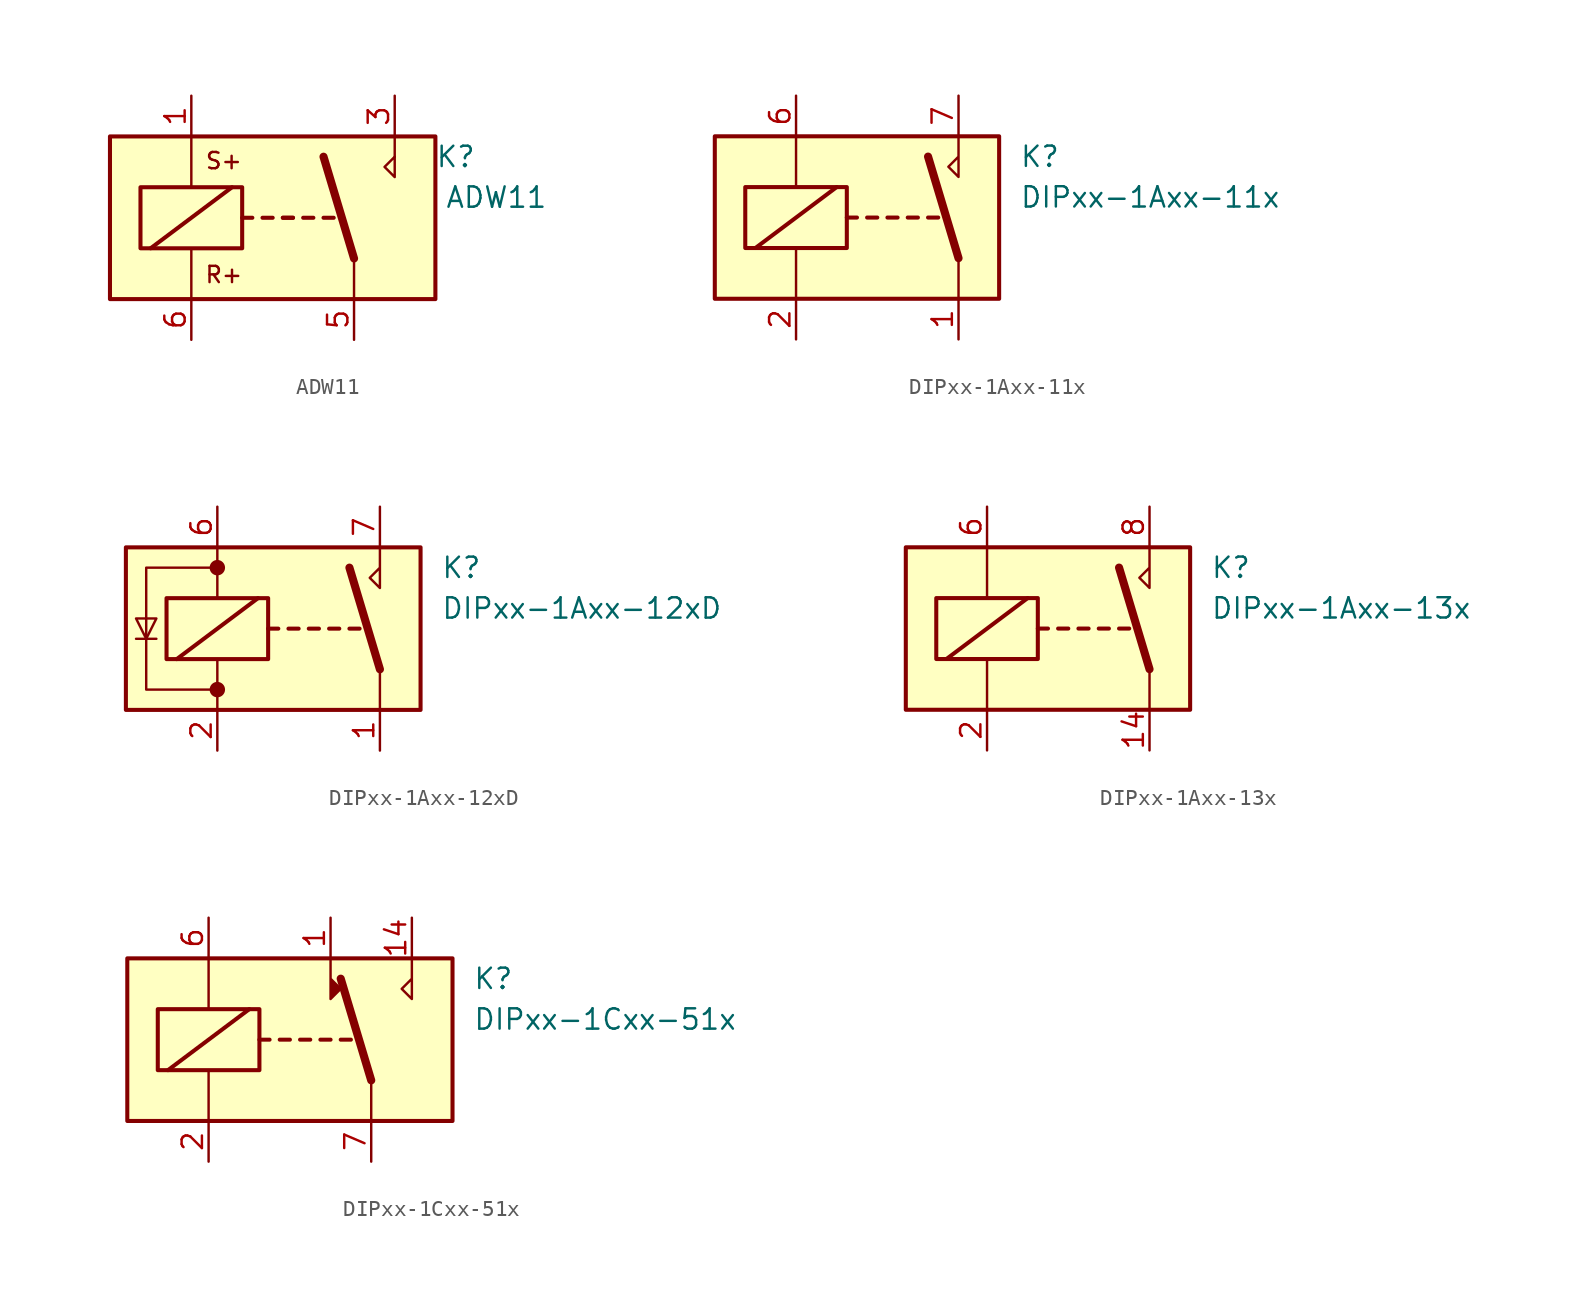
<source format=kicad_sym>
(kicad_symbol_lib
  (version 20201005)
  (generator kicad_symbol_editor)
  (symbol "Relay:ADW11"
    (property "Reference" "K"
      (at 11.43 3.81 0)
      (effects (font (size 1.27 1.27))))
    (property "Value" "ADW11"
      (at 13.97 1.27 0)
      (effects (font (size 1.27 1.27))))
    (symbol "ADW11_1_1"
      (text "R+" (at -3.048 -3.556 0) (effects (font (size 1.016 1.016))))
      (text "S+" (at -3.048 3.556 0) (effects (font (size 1.016 1.016))))
      (rectangle (start -10.16 5.08) (end 10.16 -5.08) (stroke (width 0.254)) (fill (type background)))
      (rectangle (start -8.255 1.905) (end -1.905 -1.905) (stroke (width 0.254)) (fill (type none)))
      (polyline (pts (xy -7.62 -1.905) (xy -2.54 1.905)) (stroke (width 0.254)) (fill (type none)))
      (polyline (pts (xy -5.08 -5.08) (xy -5.08 -1.905)) (stroke (width 0)) (fill (type none)))
      (polyline (pts (xy -5.08 5.08) (xy -5.08 1.905)) (stroke (width 0)) (fill (type none)))
      (polyline (pts (xy -1.905 0) (xy -1.27 0)) (stroke (width 0.254)) (fill (type none)))
      (polyline (pts (xy -0.635 0) (xy 0 0)) (stroke (width 0.254)) (fill (type none)))
      (polyline (pts (xy 0.635 0) (xy 1.27 0)) (stroke (width 0.254)) (fill (type none)))
      (polyline (pts (xy 0.635 0) (xy 1.27 0)) (stroke (width 0.254)) (fill (type none)))
      (polyline (pts (xy 1.905 0) (xy 2.54 0)) (stroke (width 0.254)) (fill (type none)))
      (polyline (pts (xy 3.175 0) (xy 3.81 0)) (stroke (width 0.254)) (fill (type none)))
      (polyline (pts (xy 5.08 -2.54) (xy 3.175 3.81)) (stroke (width 0.508)) (fill (type none)))
      (polyline (pts (xy 5.08 -2.54) (xy 5.08 -5.08)) (stroke (width 0)) (fill (type none)))
      (polyline (pts (xy 7.62 3.81) (xy 7.62 5.08)) (stroke (width 0)) (fill (type none)))
      (polyline (pts (xy 7.62 3.81) (xy 7.62 2.54) (xy 6.985 3.175) (xy 7.62 3.81)) (stroke (width 0)) (fill (type none)))
      (pin passive line (at -5.08 7.62 270) (length 2.54) (name "~" (effects (font (size 1.27 1.27)))) (number "1" (effects (font (size 1.27 1.27)))))
      (pin passive line (at 7.62 7.62 270) (length 2.54) (name "~" (effects (font (size 1.27 1.27)))) (number "3" (effects (font (size 1.27 1.27)))))
      (pin passive line (at 5.08 -7.62 90) (length 2.54) (name "~" (effects (font (size 1.27 1.27)))) (number "5" (effects (font (size 1.27 1.27)))))
      (pin passive line (at -5.08 -7.62 90) (length 2.54) (name "~" (effects (font (size 1.27 1.27)))) (number "6" (effects (font (size 1.27 1.27)))))))
  (symbol "Relay:DIPxx-1Axx-11x"
    (property "Reference" "K"
      (at 8.89 3.81 0)
      (effects (font (size 1.27 1.27)) (justify left)))
    (property "Value" "DIPxx-1Axx-11x"
      (at 8.89 1.27 0)
      (effects (font (size 1.27 1.27)) (justify left)))
    (symbol "DIPxx-1Axx-11x_0_0"
      (polyline (pts (xy 5.08 5.08) (xy 5.08 2.54) (xy 4.445 3.175) (xy 5.08 3.81)) (stroke (width 0)) (fill (type none))))
    (symbol "DIPxx-1Axx-11x_0_1"
      (rectangle (start -10.16 5.08) (end 7.62 -5.08) (stroke (width 0.254)) (fill (type background)))
      (rectangle (start -8.255 1.905) (end -1.905 -1.905) (stroke (width 0.254)) (fill (type none)))
      (polyline (pts (xy -7.62 -1.905) (xy -2.54 1.905)) (stroke (width 0.254)) (fill (type none)))
      (polyline (pts (xy -5.08 -5.08) (xy -5.08 -1.905)) (stroke (width 0)) (fill (type none)))
      (polyline (pts (xy -5.08 5.08) (xy -5.08 1.905)) (stroke (width 0)) (fill (type none)))
      (polyline (pts (xy -1.905 0) (xy -1.27 0)) (stroke (width 0.254)) (fill (type none)))
      (polyline (pts (xy -0.635 0) (xy 0 0)) (stroke (width 0.254)) (fill (type none)))
      (polyline (pts (xy 0.635 0) (xy 1.27 0)) (stroke (width 0.254)) (fill (type none)))
      (polyline (pts (xy 1.905 0) (xy 2.54 0)) (stroke (width 0.254)) (fill (type none)))
      (polyline (pts (xy 3.175 0) (xy 3.81 0)) (stroke (width 0.254)) (fill (type none)))
      (polyline (pts (xy 5.08 -2.54) (xy 3.175 3.81)) (stroke (width 0.508)) (fill (type none)))
      (polyline (pts (xy 5.08 -2.54) (xy 5.08 -5.08)) (stroke (width 0)) (fill (type none))))
    (symbol "DIPxx-1Axx-11x_1_1"
      (pin passive line (at 5.08 -7.62 90) (length 2.54) (name "~" (effects (font (size 1.27 1.27)))) (number "1" (effects (font (size 1.27 1.27)))))
      (pin passive line (at 5.08 -7.62 90) (length 2.54) hide (name "~" (effects (font (size 1.27 1.27)))) (number "14" (effects (font (size 1.27 1.27)))))
      (pin passive line (at -5.08 -7.62 90) (length 2.54) (name "~" (effects (font (size 1.27 1.27)))) (number "2" (effects (font (size 1.27 1.27)))))
      (pin passive line (at -5.08 7.62 270) (length 2.54) (name "~" (effects (font (size 1.27 1.27)))) (number "6" (effects (font (size 1.27 1.27)))))
      (pin passive line (at 5.08 7.62 270) (length 2.54) (name "~" (effects (font (size 1.27 1.27)))) (number "7" (effects (font (size 1.27 1.27)))))
      (pin passive line (at 5.08 7.62 270) (length 2.54) hide (name "~" (effects (font (size 1.27 1.27)))) (number "8" (effects (font (size 1.27 1.27)))))))
  (symbol "Relay:DIPxx-1Axx-12xD"
    (property "Reference" "K"
      (at 8.89 3.81 0)
      (effects (font (size 1.27 1.27)) (justify left)))
    (property "Value" "DIPxx-1Axx-12xD"
      (at 8.89 1.27 0)
      (effects (font (size 1.27 1.27)) (justify left)))
    (symbol "DIPxx-1Axx-12xD_0_0"
      (polyline (pts (xy 5.08 5.08) (xy 5.08 2.54) (xy 4.445 3.175) (xy 5.08 3.81)) (stroke (width 0)) (fill (type none))))
    (symbol "DIPxx-1Axx-12xD_0_1"
      (circle (center -5.08 -3.81) (radius 0.406) (stroke (width 0)) (fill (type outline)))
      (circle (center -5.08 3.81) (radius 0.406) (stroke (width 0)) (fill (type outline)))
      (rectangle (start -10.795 5.08) (end 7.62 -5.08) (stroke (width 0.254)) (fill (type background)))
      (rectangle (start -8.255 1.905) (end -1.905 -1.905) (stroke (width 0.254)) (fill (type none)))
      (polyline (pts (xy -10.16 -0.635) (xy -8.89 -0.635)) (stroke (width 0)) (fill (type none)))
      (polyline (pts (xy -7.62 -1.905) (xy -2.54 1.905)) (stroke (width 0.254)) (fill (type none)))
      (polyline (pts (xy -5.08 -5.08) (xy -5.08 -1.905)) (stroke (width 0)) (fill (type none)))
      (polyline (pts (xy -5.08 5.08) (xy -5.08 1.905)) (stroke (width 0)) (fill (type none)))
      (polyline (pts (xy -1.905 0) (xy -1.27 0)) (stroke (width 0.254)) (fill (type none)))
      (polyline (pts (xy -0.635 0) (xy 0 0)) (stroke (width 0.254)) (fill (type none)))
      (polyline (pts (xy 0.635 0) (xy 1.27 0)) (stroke (width 0.254)) (fill (type none)))
      (polyline (pts (xy 1.905 0) (xy 2.54 0)) (stroke (width 0.254)) (fill (type none)))
      (polyline (pts (xy 3.175 0) (xy 3.81 0)) (stroke (width 0.254)) (fill (type none)))
      (polyline (pts (xy 5.08 -2.54) (xy 3.175 3.81)) (stroke (width 0.508)) (fill (type none)))
      (polyline (pts (xy 5.08 -2.54) (xy 5.08 -5.08)) (stroke (width 0)) (fill (type none)))
      (polyline (pts (xy -9.525 -0.635) (xy -8.89 0.635) (xy -10.16 0.635) (xy -9.525 -0.635)) (stroke (width 0)) (fill (type none)))
      (polyline (pts (xy -5.08 -3.81) (xy -9.525 -3.81) (xy -9.525 3.81) (xy -5.08 3.81)) (stroke (width 0)) (fill (type none))))
    (symbol "DIPxx-1Axx-12xD_1_1"
      (pin passive line (at 5.08 -7.62 90) (length 2.54) (name "~" (effects (font (size 1.27 1.27)))) (number "1" (effects (font (size 1.27 1.27)))))
      (pin passive line (at -5.08 -7.62 90) (length 2.54) hide (name "~" (effects (font (size 1.27 1.27)))) (number "13" (effects (font (size 1.27 1.27)))))
      (pin passive line (at 5.08 -7.62 90) (length 2.54) hide (name "~" (effects (font (size 1.27 1.27)))) (number "14" (effects (font (size 1.27 1.27)))))
      (pin passive line (at -5.08 -7.62 90) (length 2.54) (name "~" (effects (font (size 1.27 1.27)))) (number "2" (effects (font (size 1.27 1.27)))))
      (pin passive line (at -5.08 7.62 270) (length 2.54) (name "~" (effects (font (size 1.27 1.27)))) (number "6" (effects (font (size 1.27 1.27)))))
      (pin passive line (at 5.08 7.62 270) (length 2.54) (name "~" (effects (font (size 1.27 1.27)))) (number "7" (effects (font (size 1.27 1.27)))))
      (pin passive line (at 5.08 7.62 270) (length 2.54) hide (name "~" (effects (font (size 1.27 1.27)))) (number "8" (effects (font (size 1.27 1.27)))))))
  (symbol "Relay:DIPxx-1Axx-13x"
    (property "Reference" "K"
      (at 8.89 3.81 0)
      (effects (font (size 1.27 1.27)) (justify left)))
    (property "Value" "DIPxx-1Axx-13x"
      (at 8.89 1.27 0)
      (effects (font (size 1.27 1.27)) (justify left)))
    (symbol "DIPxx-1Axx-13x_0_0"
      (polyline (pts (xy 5.08 5.08) (xy 5.08 2.54) (xy 4.445 3.175) (xy 5.08 3.81)) (stroke (width 0)) (fill (type none))))
    (symbol "DIPxx-1Axx-13x_0_1"
      (rectangle (start -10.16 5.08) (end 7.62 -5.08) (stroke (width 0.254)) (fill (type background)))
      (rectangle (start -8.255 1.905) (end -1.905 -1.905) (stroke (width 0.254)) (fill (type none)))
      (polyline (pts (xy -7.62 -1.905) (xy -2.54 1.905)) (stroke (width 0.254)) (fill (type none)))
      (polyline (pts (xy -5.08 -5.08) (xy -5.08 -1.905)) (stroke (width 0)) (fill (type none)))
      (polyline (pts (xy -5.08 5.08) (xy -5.08 1.905)) (stroke (width 0)) (fill (type none)))
      (polyline (pts (xy -1.905 0) (xy -1.27 0)) (stroke (width 0.254)) (fill (type none)))
      (polyline (pts (xy -0.635 0) (xy 0 0)) (stroke (width 0.254)) (fill (type none)))
      (polyline (pts (xy 0.635 0) (xy 1.27 0)) (stroke (width 0.254)) (fill (type none)))
      (polyline (pts (xy 1.905 0) (xy 2.54 0)) (stroke (width 0.254)) (fill (type none)))
      (polyline (pts (xy 3.175 0) (xy 3.81 0)) (stroke (width 0.254)) (fill (type none)))
      (polyline (pts (xy 5.08 -2.54) (xy 3.175 3.81)) (stroke (width 0.508)) (fill (type none)))
      (polyline (pts (xy 5.08 -2.54) (xy 5.08 -5.08)) (stroke (width 0)) (fill (type none))))
    (symbol "DIPxx-1Axx-13x_1_1"
      (pin passive line (at 5.08 -7.62 90) (length 2.54) (name "~" (effects (font (size 1.27 1.27)))) (number "14" (effects (font (size 1.27 1.27)))))
      (pin passive line (at -5.08 -7.62 90) (length 2.54) (name "~" (effects (font (size 1.27 1.27)))) (number "2" (effects (font (size 1.27 1.27)))))
      (pin passive line (at -5.08 7.62 270) (length 2.54) (name "~" (effects (font (size 1.27 1.27)))) (number "6" (effects (font (size 1.27 1.27)))))
      (pin passive line (at 5.08 7.62 270) (length 2.54) (name "~" (effects (font (size 1.27 1.27)))) (number "8" (effects (font (size 1.27 1.27)))))))
  (symbol "Relay:DIPxx-1Cxx-51x"
    (property "Reference" "K"
      (at 11.43 3.81 0)
      (effects (font (size 1.27 1.27)) (justify left)))
    (property "Value" "DIPxx-1Cxx-51x"
      (at 11.43 1.27 0)
      (effects (font (size 1.27 1.27)) (justify left)))
    (symbol "DIPxx-1Cxx-51x_0_0"
      (polyline (pts (xy 2.54 5.08) (xy 2.54 2.54) (xy 3.175 3.175) (xy 2.54 3.81)) (stroke (width 0)) (fill (type outline)))
      (polyline (pts (xy 7.62 5.08) (xy 7.62 2.54) (xy 6.985 3.175) (xy 7.62 3.81)) (stroke (width 0)) (fill (type none))))
    (symbol "DIPxx-1Cxx-51x_0_1"
      (rectangle (start -10.16 5.08) (end 10.16 -5.08) (stroke (width 0.254)) (fill (type background)))
      (rectangle (start -8.255 1.905) (end -1.905 -1.905) (stroke (width 0.254)) (fill (type none)))
      (polyline (pts (xy -7.62 -1.905) (xy -2.54 1.905)) (stroke (width 0.254)) (fill (type none)))
      (polyline (pts (xy -5.08 -5.08) (xy -5.08 -1.905)) (stroke (width 0)) (fill (type none)))
      (polyline (pts (xy -5.08 5.08) (xy -5.08 1.905)) (stroke (width 0)) (fill (type none)))
      (polyline (pts (xy -1.905 0) (xy -1.27 0)) (stroke (width 0.254)) (fill (type none)))
      (polyline (pts (xy -0.635 0) (xy 0 0)) (stroke (width 0.254)) (fill (type none)))
      (polyline (pts (xy 0.635 0) (xy 1.27 0)) (stroke (width 0.254)) (fill (type none)))
      (polyline (pts (xy 1.905 0) (xy 2.54 0)) (stroke (width 0.254)) (fill (type none)))
      (polyline (pts (xy 3.175 0) (xy 3.81 0)) (stroke (width 0.254)) (fill (type none)))
      (polyline (pts (xy 5.08 -2.54) (xy 3.175 3.81)) (stroke (width 0.508)) (fill (type none)))
      (polyline (pts (xy 5.08 -2.54) (xy 5.08 -5.08)) (stroke (width 0)) (fill (type none))))
    (symbol "DIPxx-1Cxx-51x_1_1"
      (pin passive line (at 2.54 7.62 270) (length 2.54) (name "~" (effects (font (size 1.27 1.27)))) (number "1" (effects (font (size 1.27 1.27)))))
      (pin passive line (at 7.62 7.62 270) (length 2.54) (name "~" (effects (font (size 1.27 1.27)))) (number "14" (effects (font (size 1.27 1.27)))))
      (pin passive line (at -5.08 -7.62 90) (length 2.54) (name "~" (effects (font (size 1.27 1.27)))) (number "2" (effects (font (size 1.27 1.27)))))
      (pin passive line (at -5.08 7.62 270) (length 2.54) (name "~" (effects (font (size 1.27 1.27)))) (number "6" (effects (font (size 1.27 1.27)))))
      (pin passive line (at 5.08 -7.62 90) (length 2.54) (name "~" (effects (font (size 1.27 1.27)))) (number "7" (effects (font (size 1.27 1.27)))))
      (pin passive line (at 5.08 -7.62 90) (length 2.54) hide (name "~" (effects (font (size 1.27 1.27)))) (number "8" (effects (font (size 1.27 1.27))))))))
</source>
